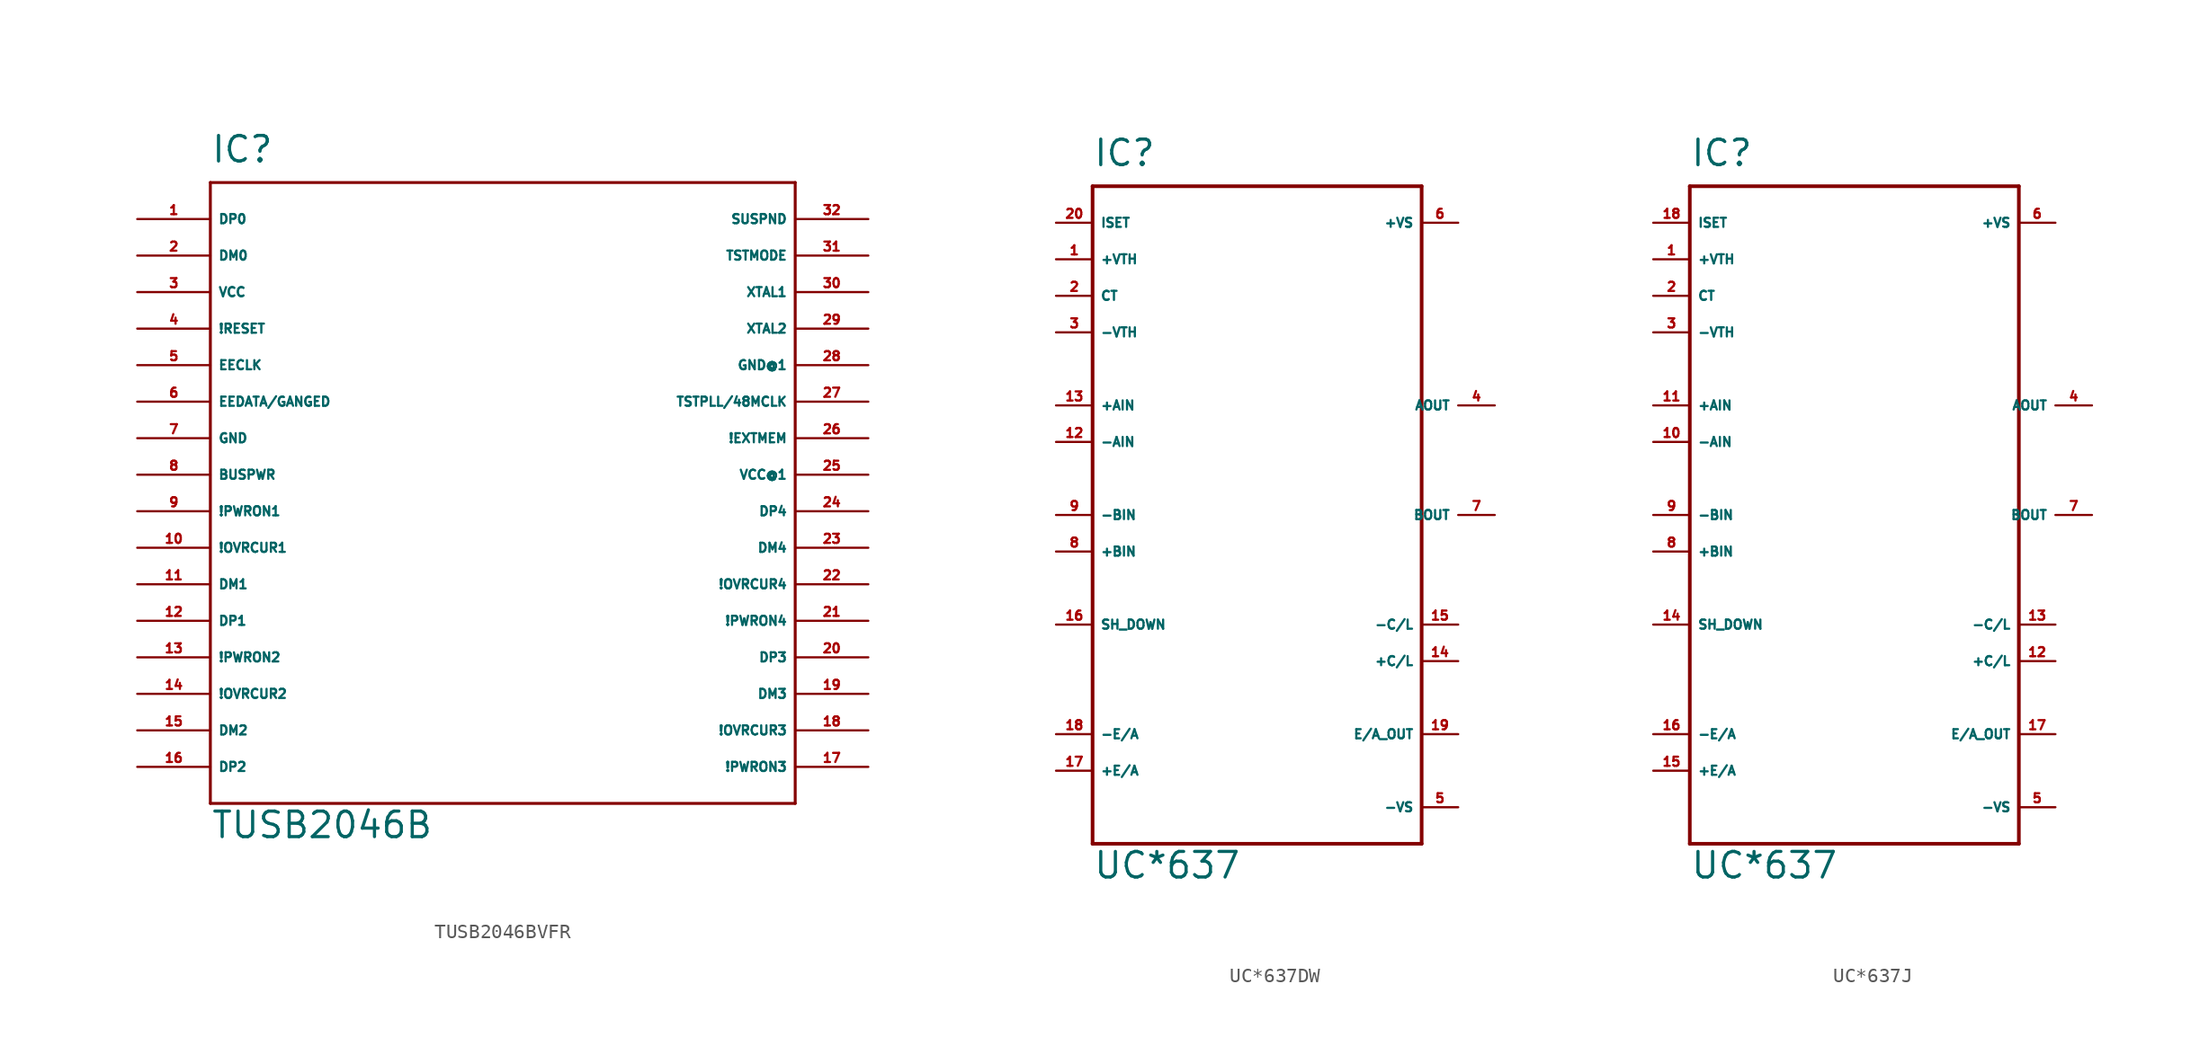
<source format=kicad_sym>
(kicad_symbol_lib
  (version 20220914)
  (generator Eagle2Kicad)
  (symbol "TUSB2046BVFR"
    (property "Reference" "IC"
      (at -20.32 24.13 0)
      (effects (font (size 1.778 1.778) (thickness 0.22)) (justify left bottom)))
    (property "Value" "TUSB2046B"
      (at -20.32 -22.86 0)
      (effects (font (size 1.778 1.778) (thickness 0.22)) (justify left bottom)))
    (polyline
      (pts (xy -20.32 -20.32) (xy 20.32 -20.32))
      (stroke (width 0.203) (type default))
      (fill (type none)))
    (polyline
      (pts (xy 20.32 -20.32) (xy 20.32 22.86))
      (stroke (width 0.203) (type default))
      (fill (type none)))
    (polyline
      (pts (xy 20.32 22.86) (xy -20.32 22.86))
      (stroke (width 0.203) (type default))
      (fill (type none)))
    (polyline
      (pts (xy -20.32 22.86) (xy -20.32 -20.32))
      (stroke (width 0.203) (type default))
      (fill (type none)))
    (pin bidirectional line
      (at -25.4 20.32 0)
      (length 5.08)
      (name "DP0" (effects (font (size 0.635 0.635) (thickness 0.08)) (justify left bottom)))
      (number "1" (effects (font (size 0.635 0.635) (thickness 0.08)) (justify left bottom))))
    (pin bidirectional line
      (at -25.4 17.78 0)
      (length 5.08)
      (name "DM0" (effects (font (size 0.635 0.635) (thickness 0.08)) (justify left bottom)))
      (number "2" (effects (font (size 0.635 0.635) (thickness 0.08)) (justify left bottom))))
    (pin unspecified line
      (at -25.4 15.24 0)
      (length 5.08)
      (name "VCC" (effects (font (size 0.635 0.635) (thickness 0.08)) (justify left bottom)))
      (number "3" (effects (font (size 0.635 0.635) (thickness 0.08)) (justify left bottom))))
    (pin input line
      (at -25.4 12.7 0)
      (length 5.08)
      (name "!RESET" (effects (font (size 0.635 0.635) (thickness 0.08)) (justify left bottom)))
      (number "4" (effects (font (size 0.635 0.635) (thickness 0.08)) (justify left bottom))))
    (pin output line
      (at -25.4 10.16 0)
      (length 5.08)
      (name "EECLK" (effects (font (size 0.635 0.635) (thickness 0.08)) (justify left bottom)))
      (number "5" (effects (font (size 0.635 0.635) (thickness 0.08)) (justify left bottom))))
    (pin bidirectional line
      (at -25.4 7.62 0)
      (length 5.08)
      (name "EEDATA/GANGED" (effects (font (size 0.635 0.635) (thickness 0.08)) (justify left bottom)))
      (number "6" (effects (font (size 0.635 0.635) (thickness 0.08)) (justify left bottom))))
    (pin unspecified line
      (at -25.4 5.08 0)
      (length 5.08)
      (name "GND" (effects (font (size 0.635 0.635) (thickness 0.08)) (justify left bottom)))
      (number "7" (effects (font (size 0.635 0.635) (thickness 0.08)) (justify left bottom))))
    (pin input line
      (at -25.4 2.54 0)
      (length 5.08)
      (name "BUSPWR" (effects (font (size 0.635 0.635) (thickness 0.08)) (justify left bottom)))
      (number "8" (effects (font (size 0.635 0.635) (thickness 0.08)) (justify left bottom))))
    (pin output line
      (at -25.4 0 0)
      (length 5.08)
      (name "!PWRON1" (effects (font (size 0.635 0.635) (thickness 0.08)) (justify left bottom)))
      (number "9" (effects (font (size 0.635 0.635) (thickness 0.08)) (justify left bottom))))
    (pin input line
      (at -25.4 -2.54 0)
      (length 5.08)
      (name "!OVRCUR1" (effects (font (size 0.635 0.635) (thickness 0.08)) (justify left bottom)))
      (number "10" (effects (font (size 0.635 0.635) (thickness 0.08)) (justify left bottom))))
    (pin bidirectional line
      (at -25.4 -5.08 0)
      (length 5.08)
      (name "DM1" (effects (font (size 0.635 0.635) (thickness 0.08)) (justify left bottom)))
      (number "11" (effects (font (size 0.635 0.635) (thickness 0.08)) (justify left bottom))))
    (pin bidirectional line
      (at -25.4 -7.62 0)
      (length 5.08)
      (name "DP1" (effects (font (size 0.635 0.635) (thickness 0.08)) (justify left bottom)))
      (number "12" (effects (font (size 0.635 0.635) (thickness 0.08)) (justify left bottom))))
    (pin output line
      (at -25.4 -10.16 0)
      (length 5.08)
      (name "!PWRON2" (effects (font (size 0.635 0.635) (thickness 0.08)) (justify left bottom)))
      (number "13" (effects (font (size 0.635 0.635) (thickness 0.08)) (justify left bottom))))
    (pin input line
      (at -25.4 -12.7 0)
      (length 5.08)
      (name "!OVRCUR2" (effects (font (size 0.635 0.635) (thickness 0.08)) (justify left bottom)))
      (number "14" (effects (font (size 0.635 0.635) (thickness 0.08)) (justify left bottom))))
    (pin bidirectional line
      (at -25.4 -15.24 0)
      (length 5.08)
      (name "DM2" (effects (font (size 0.635 0.635) (thickness 0.08)) (justify left bottom)))
      (number "15" (effects (font (size 0.635 0.635) (thickness 0.08)) (justify left bottom))))
    (pin bidirectional line
      (at -25.4 -17.78 0)
      (length 5.08)
      (name "DP2" (effects (font (size 0.635 0.635) (thickness 0.08)) (justify left bottom)))
      (number "16" (effects (font (size 0.635 0.635) (thickness 0.08)) (justify left bottom))))
    (pin output line
      (at 25.4 -17.78 180)
      (length 5.08)
      (name "!PWRON3" (effects (font (size 0.635 0.635) (thickness 0.08)) (justify left bottom)))
      (number "17" (effects (font (size 0.635 0.635) (thickness 0.08)) (justify left bottom))))
    (pin input line
      (at 25.4 -15.24 180)
      (length 5.08)
      (name "!OVRCUR3" (effects (font (size 0.635 0.635) (thickness 0.08)) (justify left bottom)))
      (number "18" (effects (font (size 0.635 0.635) (thickness 0.08)) (justify left bottom))))
    (pin bidirectional line
      (at 25.4 -12.7 180)
      (length 5.08)
      (name "DM3" (effects (font (size 0.635 0.635) (thickness 0.08)) (justify left bottom)))
      (number "19" (effects (font (size 0.635 0.635) (thickness 0.08)) (justify left bottom))))
    (pin bidirectional line
      (at 25.4 -10.16 180)
      (length 5.08)
      (name "DP3" (effects (font (size 0.635 0.635) (thickness 0.08)) (justify left bottom)))
      (number "20" (effects (font (size 0.635 0.635) (thickness 0.08)) (justify left bottom))))
    (pin output line
      (at 25.4 -7.62 180)
      (length 5.08)
      (name "!PWRON4" (effects (font (size 0.635 0.635) (thickness 0.08)) (justify left bottom)))
      (number "21" (effects (font (size 0.635 0.635) (thickness 0.08)) (justify left bottom))))
    (pin input line
      (at 25.4 -5.08 180)
      (length 5.08)
      (name "!OVRCUR4" (effects (font (size 0.635 0.635) (thickness 0.08)) (justify left bottom)))
      (number "22" (effects (font (size 0.635 0.635) (thickness 0.08)) (justify left bottom))))
    (pin bidirectional line
      (at 25.4 -2.54 180)
      (length 5.08)
      (name "DM4" (effects (font (size 0.635 0.635) (thickness 0.08)) (justify left bottom)))
      (number "23" (effects (font (size 0.635 0.635) (thickness 0.08)) (justify left bottom))))
    (pin bidirectional line
      (at 25.4 0 180)
      (length 5.08)
      (name "DP4" (effects (font (size 0.635 0.635) (thickness 0.08)) (justify left bottom)))
      (number "24" (effects (font (size 0.635 0.635) (thickness 0.08)) (justify left bottom))))
    (pin unspecified line
      (at 25.4 2.54 180)
      (length 5.08)
      (name "VCC@1" (effects (font (size 0.635 0.635) (thickness 0.08)) (justify left bottom)))
      (number "25" (effects (font (size 0.635 0.635) (thickness 0.08)) (justify left bottom))))
    (pin input line
      (at 25.4 5.08 180)
      (length 5.08)
      (name "!EXTMEM" (effects (font (size 0.635 0.635) (thickness 0.08)) (justify left bottom)))
      (number "26" (effects (font (size 0.635 0.635) (thickness 0.08)) (justify left bottom))))
    (pin bidirectional line
      (at 25.4 7.62 180)
      (length 5.08)
      (name "TSTPLL/48MCLK" (effects (font (size 0.635 0.635) (thickness 0.08)) (justify left bottom)))
      (number "27" (effects (font (size 0.635 0.635) (thickness 0.08)) (justify left bottom))))
    (pin unspecified line
      (at 25.4 10.16 180)
      (length 5.08)
      (name "GND@1" (effects (font (size 0.635 0.635) (thickness 0.08)) (justify left bottom)))
      (number "28" (effects (font (size 0.635 0.635) (thickness 0.08)) (justify left bottom))))
    (pin output line
      (at 25.4 12.7 180)
      (length 5.08)
      (name "XTAL2" (effects (font (size 0.635 0.635) (thickness 0.08)) (justify left bottom)))
      (number "29" (effects (font (size 0.635 0.635) (thickness 0.08)) (justify left bottom))))
    (pin input line
      (at 25.4 15.24 180)
      (length 5.08)
      (name "XTAL1" (effects (font (size 0.635 0.635) (thickness 0.08)) (justify left bottom)))
      (number "30" (effects (font (size 0.635 0.635) (thickness 0.08)) (justify left bottom))))
    (pin input line
      (at 25.4 17.78 180)
      (length 5.08)
      (name "TSTMODE" (effects (font (size 0.635 0.635) (thickness 0.08)) (justify left bottom)))
      (number "31" (effects (font (size 0.635 0.635) (thickness 0.08)) (justify left bottom))))
    (pin output line
      (at 25.4 20.32 180)
      (length 5.08)
      (name "SUSPND" (effects (font (size 0.635 0.635) (thickness 0.08)) (justify left bottom)))
      (number "32" (effects (font (size 0.635 0.635) (thickness 0.08)) (justify left bottom)))))
  (symbol "UC*637DW"
    (property "Reference" "IC"
      (at -10.16 21.59 0)
      (effects (font (size 1.778 1.778) (thickness 0.22)) (justify left bottom)))
    (property "Value" "UC*637"
      (at -10.16 -27.94 0)
      (effects (font (size 1.778 1.778) (thickness 0.22)) (justify left bottom)))
    (polyline
      (pts (xy -10.16 20.32) (xy 12.7 20.32))
      (stroke (width 0.254) (type default))
      (fill (type none)))
    (polyline
      (pts (xy 12.7 20.32) (xy 12.7 -25.4))
      (stroke (width 0.254) (type default))
      (fill (type none)))
    (polyline
      (pts (xy 12.7 -25.4) (xy -10.16 -25.4))
      (stroke (width 0.254) (type default))
      (fill (type none)))
    (polyline
      (pts (xy -10.16 -25.4) (xy -10.16 20.32))
      (stroke (width 0.254) (type default))
      (fill (type none)))
    (pin input line
      (at 15.24 17.78 180)
      (length 2.54)
      (name "+VS" (effects (font (size 0.635 0.635) (thickness 0.08)) (justify left bottom)))
      (number "6" (effects (font (size 0.635 0.635) (thickness 0.08)) (justify left bottom))))
    (pin input line
      (at -12.7 5.08 0)
      (length 2.54)
      (name "+AIN" (effects (font (size 0.635 0.635) (thickness 0.08)) (justify left bottom)))
      (number "13" (effects (font (size 0.635 0.635) (thickness 0.08)) (justify left bottom))))
    (pin input line
      (at -12.7 2.54 0)
      (length 2.54)
      (name "-AIN" (effects (font (size 0.635 0.635) (thickness 0.08)) (justify left bottom)))
      (number "12" (effects (font (size 0.635 0.635) (thickness 0.08)) (justify left bottom))))
    (pin input line
      (at -12.7 17.78 0)
      (length 2.54)
      (name "ISET" (effects (font (size 0.635 0.635) (thickness 0.08)) (justify left bottom)))
      (number "20" (effects (font (size 0.635 0.635) (thickness 0.08)) (justify left bottom))))
    (pin input line
      (at -12.7 15.24 0)
      (length 2.54)
      (name "+VTH" (effects (font (size 0.635 0.635) (thickness 0.08)) (justify left bottom)))
      (number "1" (effects (font (size 0.635 0.635) (thickness 0.08)) (justify left bottom))))
    (pin passive line
      (at -12.7 12.7 0)
      (length 2.54)
      (name "CT" (effects (font (size 0.635 0.635) (thickness 0.08)) (justify left bottom)))
      (number "2" (effects (font (size 0.635 0.635) (thickness 0.08)) (justify left bottom))))
    (pin input line
      (at -12.7 10.16 0)
      (length 2.54)
      (name "-VTH" (effects (font (size 0.635 0.635) (thickness 0.08)) (justify left bottom)))
      (number "3" (effects (font (size 0.635 0.635) (thickness 0.08)) (justify left bottom))))
    (pin input line
      (at -12.7 -17.78 0)
      (length 2.54)
      (name "-E/A" (effects (font (size 0.635 0.635) (thickness 0.08)) (justify left bottom)))
      (number "18" (effects (font (size 0.635 0.635) (thickness 0.08)) (justify left bottom))))
    (pin input line
      (at -12.7 -20.32 0)
      (length 2.54)
      (name "+E/A" (effects (font (size 0.635 0.635) (thickness 0.08)) (justify left bottom)))
      (number "17" (effects (font (size 0.635 0.635) (thickness 0.08)) (justify left bottom))))
    (pin input line
      (at 15.24 -22.86 180)
      (length 2.54)
      (name "-VS" (effects (font (size 0.635 0.635) (thickness 0.08)) (justify left bottom)))
      (number "5" (effects (font (size 0.635 0.635) (thickness 0.08)) (justify left bottom))))
    (pin output line
      (at 15.24 -17.78 180)
      (length 2.54)
      (name "E/A_OUT" (effects (font (size 0.635 0.635) (thickness 0.08)) (justify left bottom)))
      (number "19" (effects (font (size 0.635 0.635) (thickness 0.08)) (justify left bottom))))
    (pin output line
      (at 17.78 5.08 180)
      (length 2.54)
      (name "AOUT" (effects (font (size 0.635 0.635) (thickness 0.08)) (justify left bottom)))
      (number "4" (effects (font (size 0.635 0.635) (thickness 0.08)) (justify left bottom))))
    (pin output line
      (at 17.78 -2.54 180)
      (length 2.54)
      (name "BOUT" (effects (font (size 0.635 0.635) (thickness 0.08)) (justify left bottom)))
      (number "7" (effects (font (size 0.635 0.635) (thickness 0.08)) (justify left bottom))))
    (pin input line
      (at -12.7 -5.08 0)
      (length 2.54)
      (name "+BIN" (effects (font (size 0.635 0.635) (thickness 0.08)) (justify left bottom)))
      (number "8" (effects (font (size 0.635 0.635) (thickness 0.08)) (justify left bottom))))
    (pin input line
      (at -12.7 -2.54 0)
      (length 2.54)
      (name "-BIN" (effects (font (size 0.635 0.635) (thickness 0.08)) (justify left bottom)))
      (number "9" (effects (font (size 0.635 0.635) (thickness 0.08)) (justify left bottom))))
    (pin input line
      (at -12.7 -10.16 0)
      (length 2.54)
      (name "SH_DOWN" (effects (font (size 0.635 0.635) (thickness 0.08)) (justify left bottom)))
      (number "16" (effects (font (size 0.635 0.635) (thickness 0.08)) (justify left bottom))))
    (pin input line
      (at 15.24 -10.16 180)
      (length 2.54)
      (name "-C/L" (effects (font (size 0.635 0.635) (thickness 0.08)) (justify left bottom)))
      (number "15" (effects (font (size 0.635 0.635) (thickness 0.08)) (justify left bottom))))
    (pin input line
      (at 15.24 -12.7 180)
      (length 2.54)
      (name "+C/L" (effects (font (size 0.635 0.635) (thickness 0.08)) (justify left bottom)))
      (number "14" (effects (font (size 0.635 0.635) (thickness 0.08)) (justify left bottom)))))
  (symbol "UC*637J"
    (property "Reference" "IC"
      (at -10.16 21.59 0)
      (effects (font (size 1.778 1.778) (thickness 0.22)) (justify left bottom)))
    (property "Value" "UC*637"
      (at -10.16 -27.94 0)
      (effects (font (size 1.778 1.778) (thickness 0.22)) (justify left bottom)))
    (polyline
      (pts (xy -10.16 20.32) (xy 12.7 20.32))
      (stroke (width 0.254) (type default))
      (fill (type none)))
    (polyline
      (pts (xy 12.7 20.32) (xy 12.7 -25.4))
      (stroke (width 0.254) (type default))
      (fill (type none)))
    (polyline
      (pts (xy 12.7 -25.4) (xy -10.16 -25.4))
      (stroke (width 0.254) (type default))
      (fill (type none)))
    (polyline
      (pts (xy -10.16 -25.4) (xy -10.16 20.32))
      (stroke (width 0.254) (type default))
      (fill (type none)))
    (pin input line
      (at 15.24 17.78 180)
      (length 2.54)
      (name "+VS" (effects (font (size 0.635 0.635) (thickness 0.08)) (justify left bottom)))
      (number "6" (effects (font (size 0.635 0.635) (thickness 0.08)) (justify left bottom))))
    (pin input line
      (at -12.7 5.08 0)
      (length 2.54)
      (name "+AIN" (effects (font (size 0.635 0.635) (thickness 0.08)) (justify left bottom)))
      (number "11" (effects (font (size 0.635 0.635) (thickness 0.08)) (justify left bottom))))
    (pin input line
      (at -12.7 2.54 0)
      (length 2.54)
      (name "-AIN" (effects (font (size 0.635 0.635) (thickness 0.08)) (justify left bottom)))
      (number "10" (effects (font (size 0.635 0.635) (thickness 0.08)) (justify left bottom))))
    (pin input line
      (at -12.7 17.78 0)
      (length 2.54)
      (name "ISET" (effects (font (size 0.635 0.635) (thickness 0.08)) (justify left bottom)))
      (number "18" (effects (font (size 0.635 0.635) (thickness 0.08)) (justify left bottom))))
    (pin input line
      (at -12.7 15.24 0)
      (length 2.54)
      (name "+VTH" (effects (font (size 0.635 0.635) (thickness 0.08)) (justify left bottom)))
      (number "1" (effects (font (size 0.635 0.635) (thickness 0.08)) (justify left bottom))))
    (pin passive line
      (at -12.7 12.7 0)
      (length 2.54)
      (name "CT" (effects (font (size 0.635 0.635) (thickness 0.08)) (justify left bottom)))
      (number "2" (effects (font (size 0.635 0.635) (thickness 0.08)) (justify left bottom))))
    (pin input line
      (at -12.7 10.16 0)
      (length 2.54)
      (name "-VTH" (effects (font (size 0.635 0.635) (thickness 0.08)) (justify left bottom)))
      (number "3" (effects (font (size 0.635 0.635) (thickness 0.08)) (justify left bottom))))
    (pin input line
      (at -12.7 -17.78 0)
      (length 2.54)
      (name "-E/A" (effects (font (size 0.635 0.635) (thickness 0.08)) (justify left bottom)))
      (number "16" (effects (font (size 0.635 0.635) (thickness 0.08)) (justify left bottom))))
    (pin input line
      (at -12.7 -20.32 0)
      (length 2.54)
      (name "+E/A" (effects (font (size 0.635 0.635) (thickness 0.08)) (justify left bottom)))
      (number "15" (effects (font (size 0.635 0.635) (thickness 0.08)) (justify left bottom))))
    (pin input line
      (at 15.24 -22.86 180)
      (length 2.54)
      (name "-VS" (effects (font (size 0.635 0.635) (thickness 0.08)) (justify left bottom)))
      (number "5" (effects (font (size 0.635 0.635) (thickness 0.08)) (justify left bottom))))
    (pin output line
      (at 15.24 -17.78 180)
      (length 2.54)
      (name "E/A_OUT" (effects (font (size 0.635 0.635) (thickness 0.08)) (justify left bottom)))
      (number "17" (effects (font (size 0.635 0.635) (thickness 0.08)) (justify left bottom))))
    (pin output line
      (at 17.78 5.08 180)
      (length 2.54)
      (name "AOUT" (effects (font (size 0.635 0.635) (thickness 0.08)) (justify left bottom)))
      (number "4" (effects (font (size 0.635 0.635) (thickness 0.08)) (justify left bottom))))
    (pin output line
      (at 17.78 -2.54 180)
      (length 2.54)
      (name "BOUT" (effects (font (size 0.635 0.635) (thickness 0.08)) (justify left bottom)))
      (number "7" (effects (font (size 0.635 0.635) (thickness 0.08)) (justify left bottom))))
    (pin input line
      (at -12.7 -5.08 0)
      (length 2.54)
      (name "+BIN" (effects (font (size 0.635 0.635) (thickness 0.08)) (justify left bottom)))
      (number "8" (effects (font (size 0.635 0.635) (thickness 0.08)) (justify left bottom))))
    (pin input line
      (at -12.7 -2.54 0)
      (length 2.54)
      (name "-BIN" (effects (font (size 0.635 0.635) (thickness 0.08)) (justify left bottom)))
      (number "9" (effects (font (size 0.635 0.635) (thickness 0.08)) (justify left bottom))))
    (pin input line
      (at -12.7 -10.16 0)
      (length 2.54)
      (name "SH_DOWN" (effects (font (size 0.635 0.635) (thickness 0.08)) (justify left bottom)))
      (number "14" (effects (font (size 0.635 0.635) (thickness 0.08)) (justify left bottom))))
    (pin input line
      (at 15.24 -10.16 180)
      (length 2.54)
      (name "-C/L" (effects (font (size 0.635 0.635) (thickness 0.08)) (justify left bottom)))
      (number "13" (effects (font (size 0.635 0.635) (thickness 0.08)) (justify left bottom))))
    (pin input line
      (at 15.24 -12.7 180)
      (length 2.54)
      (name "+C/L" (effects (font (size 0.635 0.635) (thickness 0.08)) (justify left bottom)))
      (number "12" (effects (font (size 0.635 0.635) (thickness 0.08)) (justify left bottom))))))
</source>
